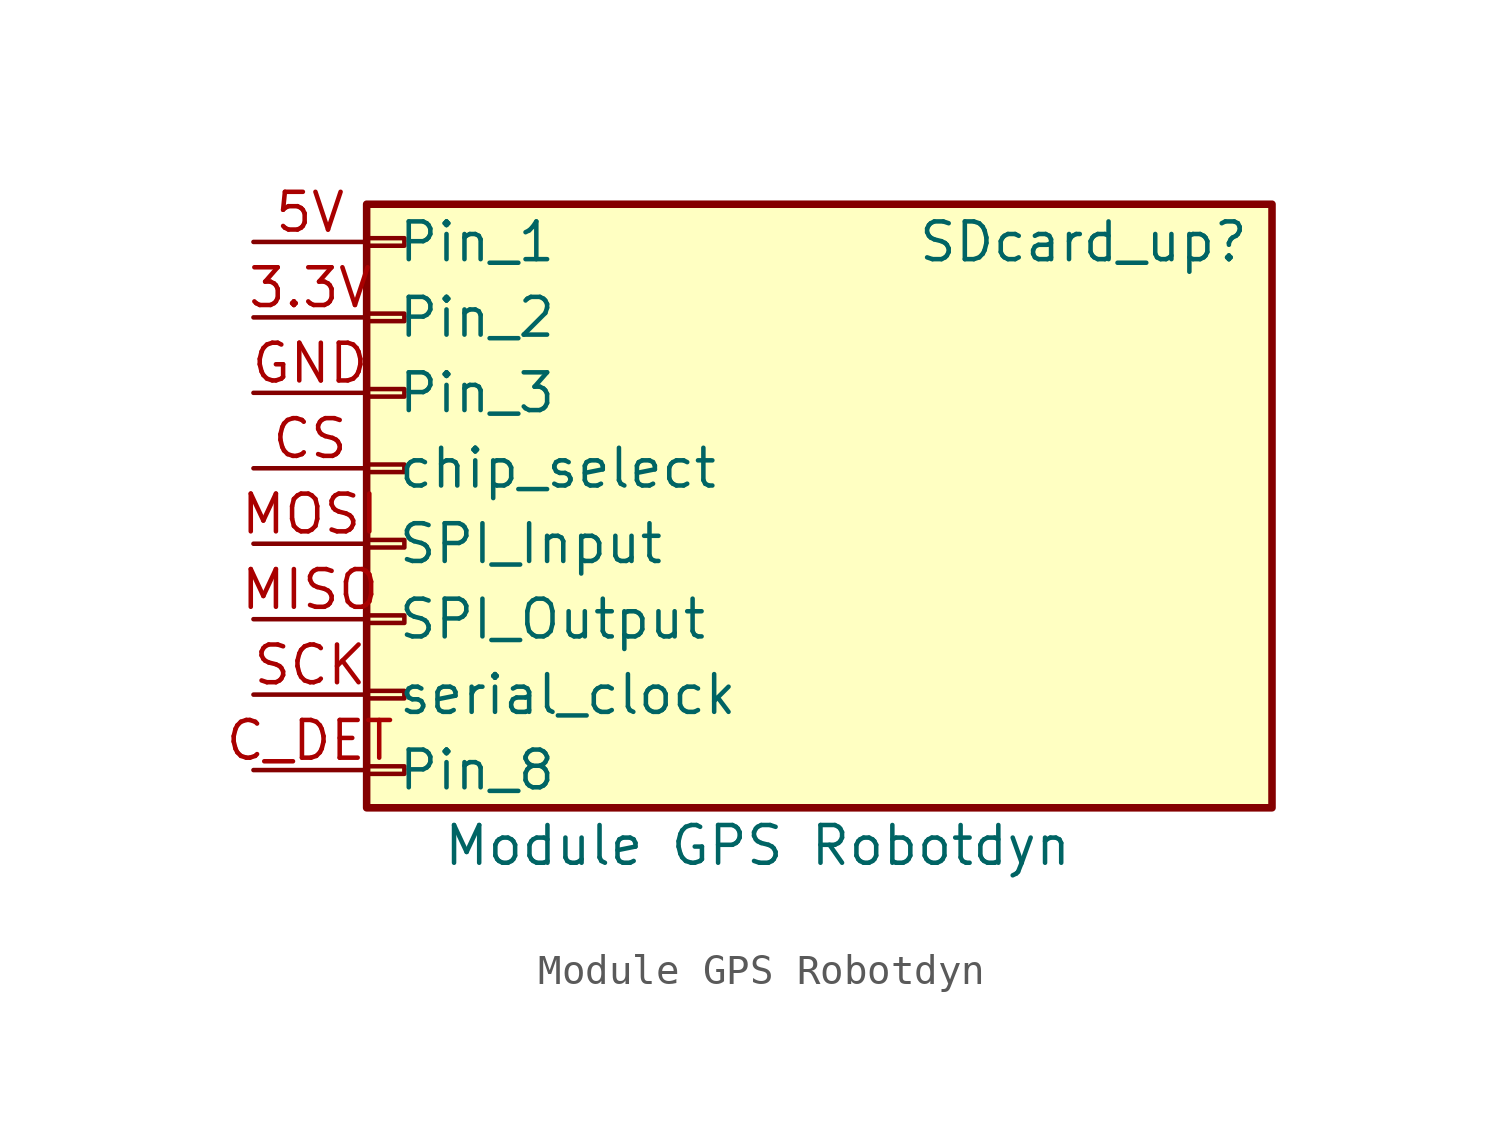
<source format=kicad_sym>
(kicad_symbol_lib
  (version 20211014)
  (generator kicad_symbol_editor)
  (symbol " Module GPS Robotdyn"
    (pin_names
      (offset 1.016))
    (property "Reference" "SDcard_up"
      (at 22.86 7.62 0)
      (effects (font (size 1.27 1.27))))
    (property "Value" " Module GPS Robotdyn"
      (at 1.27 -12.7 0)
      (effects (font (size 1.27 1.27)) (justify left)))
    (symbol " Module GPS Robotdyn_1_1"
      (rectangle (start -1.27 -10.033) (end 0 -10.287) (stroke (width 0.152) (type default) (color 0 0 0 0)) (fill (type none)))
      (rectangle (start -1.27 -7.493) (end 0 -7.747) (stroke (width 0.152) (type default) (color 0 0 0 0)) (fill (type none)))
      (rectangle (start -1.27 -4.953) (end 0 -5.207) (stroke (width 0.152) (type default) (color 0 0 0 0)) (fill (type none)))
      (rectangle (start -1.27 -2.413) (end 0 -2.667) (stroke (width 0.152) (type default) (color 0 0 0 0)) (fill (type none)))
      (rectangle (start -1.27 0.127) (end 0 -0.127) (stroke (width 0.152) (type default) (color 0 0 0 0)) (fill (type none)))
      (rectangle (start -1.27 2.667) (end 0 2.413) (stroke (width 0.152) (type default) (color 0 0 0 0)) (fill (type none)))
      (rectangle (start -1.27 5.207) (end 0 4.953) (stroke (width 0.152) (type default) (color 0 0 0 0)) (fill (type none)))
      (rectangle (start -1.27 7.747) (end 0 7.493) (stroke (width 0.152) (type default) (color 0 0 0 0)) (fill (type none)))
      (rectangle (start -1.27 8.89) (end 29.21 -11.43) (stroke (width 0.254) (type default) (color 0 0 0 0)) (fill (type background)))
      (pin power_in line (at -5.08 5.08 0) (length 3.81) (name "Pin_2" (effects (font (size 1.27 1.27)))) (number "3.3V" (effects (font (size 1.27 1.27)))))
      (pin power_in line (at -5.08 7.62 0) (length 3.81) (name "Pin_1" (effects (font (size 1.27 1.27)))) (number "5V" (effects (font (size 1.27 1.27)))))
      (pin unspecified line (at -5.08 0 0) (length 3.81) (name "chip_select" (effects (font (size 1.27 1.27)))) (number "CS" (effects (font (size 1.27 1.27)))))
      (pin unspecified line (at -5.08 -10.16 0) (length 3.81) (name "Pin_8" (effects (font (size 1.27 1.27)))) (number "C_DET" (effects (font (size 1.27 1.27)))))
      (pin power_in line (at -5.08 2.54 0) (length 3.81) (name "Pin_3" (effects (font (size 1.27 1.27)))) (number "GND" (effects (font (size 1.27 1.27)))))
      (pin unspecified line (at -5.08 -5.08 0) (length 3.81) (name "SPI_Output" (effects (font (size 1.27 1.27)))) (number "MISO" (effects (font (size 1.27 1.27)))))
      (pin unspecified line (at -5.08 -2.54 0) (length 3.81) (name "SPI_Input" (effects (font (size 1.27 1.27)))) (number "MOSI" (effects (font (size 1.27 1.27)))))
      (pin unspecified line (at -5.08 -7.62 0) (length 3.81) (name "serial_clock" (effects (font (size 1.27 1.27)))) (number "SCK" (effects (font (size 1.27 1.27))))))))
</source>
